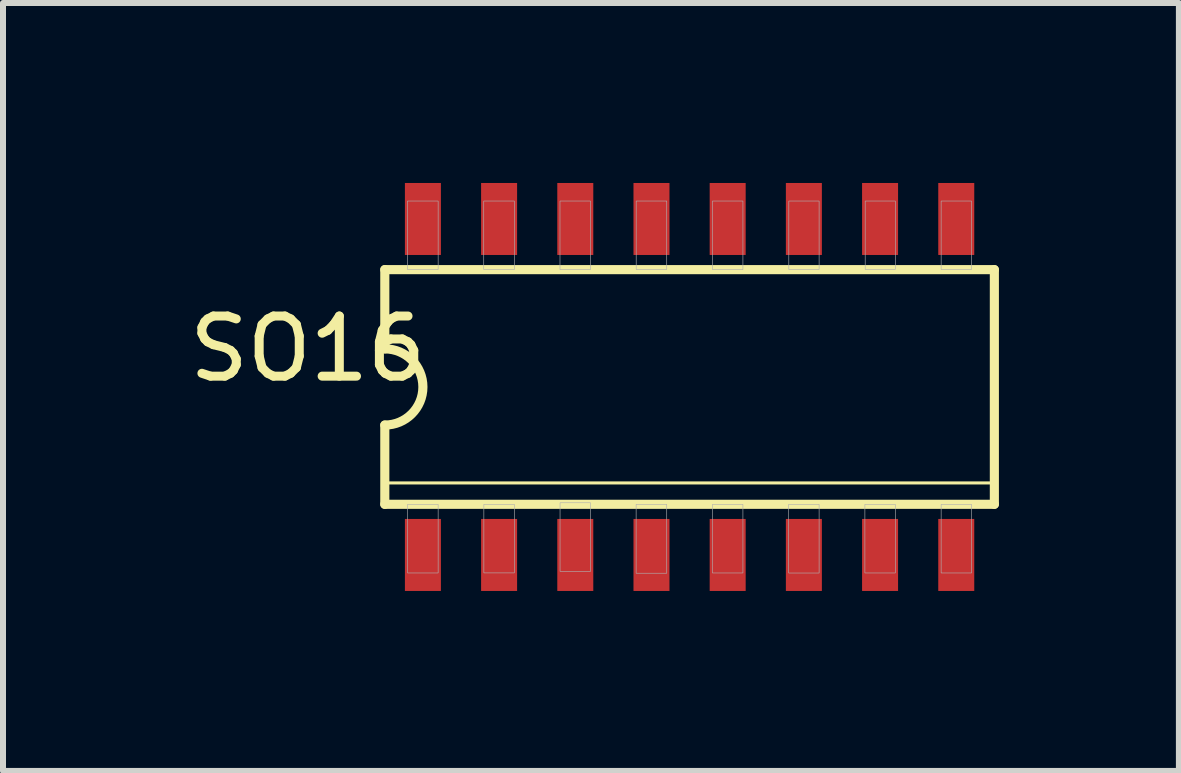
<source format=kicad_pcb>
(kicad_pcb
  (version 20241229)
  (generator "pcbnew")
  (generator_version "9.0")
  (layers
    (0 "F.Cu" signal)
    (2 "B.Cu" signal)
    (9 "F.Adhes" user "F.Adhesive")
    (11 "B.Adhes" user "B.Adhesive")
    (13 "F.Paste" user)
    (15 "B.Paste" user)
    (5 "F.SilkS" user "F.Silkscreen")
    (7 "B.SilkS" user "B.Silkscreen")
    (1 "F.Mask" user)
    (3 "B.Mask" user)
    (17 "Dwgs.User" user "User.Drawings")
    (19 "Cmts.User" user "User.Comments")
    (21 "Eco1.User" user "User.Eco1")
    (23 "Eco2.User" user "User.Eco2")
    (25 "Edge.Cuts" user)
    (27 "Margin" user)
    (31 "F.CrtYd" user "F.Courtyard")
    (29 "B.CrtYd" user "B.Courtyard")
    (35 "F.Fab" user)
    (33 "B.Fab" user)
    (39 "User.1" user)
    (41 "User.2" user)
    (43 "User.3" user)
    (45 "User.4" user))
  (footprint "SO16"
    (layer "F.Cu")
    (at 8.444 3.4)
    (property "Reference" "SO16" (at -6.363 -0.636 180) (layer "F.SilkS") (effects (font (size 1.002 1.002) (thickness 0.15))))
    (attr smd)
    (fp_line (start -5.08 -0.635) (end -5.08 -1.956) (stroke (width 0.152) (type solid)) (layer "F.SilkS"))
    (fp_line (start -5.08 1.6) (end 5.08 1.6) (stroke (width 0.051) (type solid)) (layer "F.SilkS"))
    (fp_line (start -5.08 1.956) (end -5.08 0.635) (stroke (width 0.152) (type solid)) (layer "F.SilkS"))
    (fp_line (start -5.08 1.956) (end 5.08 1.956) (stroke (width 0.152) (type solid)) (layer "F.SilkS"))
    (fp_line (start 5.08 -1.956) (end -5.08 -1.956) (stroke (width 0.152) (type solid)) (layer "F.SilkS"))
    (fp_line (start 5.08 1.956) (end 5.08 -1.956) (stroke (width 0.152) (type solid)) (layer "F.SilkS"))
    (fp_arc (start -5.08 -0.635) (mid -4.445 0) (end -5.08 0.635) (stroke (width 0.1524) (type solid)) (layer "F.SilkS"))
    (fp_poly (pts (xy -4.703 -3.099) (xy -4.191 -3.099) (xy -4.191 -1.958) (xy -4.703 -1.958)) (stroke (width 0.01) (type solid)) (fill no) (layer "F.Fab"))
    (fp_poly (pts (xy -4.7 1.956) (xy -4.191 1.956) (xy -4.191 3.1) (xy -4.7 3.1)) (stroke (width 0.01) (type solid)) (fill no) (layer "F.Fab"))
    (fp_poly (pts (xy -3.431 -3.099) (xy -2.921 -3.099) (xy -2.921 -1.957) (xy -3.431 -1.957)) (stroke (width 0.01) (type solid)) (fill no) (layer "F.Fab"))
    (fp_poly (pts (xy -3.429 1.956) (xy -2.921 1.956) (xy -2.921 3.099) (xy -3.429 3.099)) (stroke (width 0.01) (type solid)) (fill no) (layer "F.Fab"))
    (fp_poly (pts (xy -2.16 -3.099) (xy -1.651 -3.099) (xy -1.651 -1.957) (xy -2.16 -1.957)) (stroke (width 0.01) (type solid)) (fill no) (layer "F.Fab"))
    (fp_poly (pts (xy -2.159 1.93) (xy -1.651 1.93) (xy -1.651 3.074) (xy -2.159 3.074)) (stroke (width 0.01) (type solid)) (fill no) (layer "F.Fab"))
    (fp_poly (pts (xy -0.891 1.956) (xy -0.381 1.956) (xy -0.381 3.105) (xy -0.891 3.105)) (stroke (width 0.01) (type solid)) (fill no) (layer "F.Fab"))
    (fp_poly (pts (xy -0.89 -3.099) (xy -0.381 -3.099) (xy -0.381 -1.959) (xy -0.89 -1.959)) (stroke (width 0.01) (type solid)) (fill no) (layer "F.Fab"))
    (fp_poly (pts (xy 0.381 -3.099) (xy 0.889 -3.099) (xy 0.889 -1.956) (xy 0.381 -1.956)) (stroke (width 0.01) (type solid)) (fill no) (layer "F.Fab"))
    (fp_poly (pts (xy 0.381 1.956) (xy 0.889 1.956) (xy 0.889 3.1) (xy 0.381 3.1)) (stroke (width 0.01) (type solid)) (fill no) (layer "F.Fab"))
    (fp_poly (pts (xy 1.652 1.956) (xy 2.159 1.956) (xy 2.159 3.101) (xy 1.652 3.101)) (stroke (width 0.01) (type solid)) (fill no) (layer "F.Fab"))
    (fp_poly (pts (xy 1.654 -3.099) (xy 2.159 -3.099) (xy 2.159 -1.959) (xy 1.654 -1.959)) (stroke (width 0.01) (type solid)) (fill no) (layer "F.Fab"))
    (fp_poly (pts (xy 2.922 1.956) (xy 3.429 1.956) (xy 3.429 3.1) (xy 2.922 3.1)) (stroke (width 0.01) (type solid)) (fill no) (layer "F.Fab"))
    (fp_poly (pts (xy 2.927 -3.099) (xy 3.429 -3.099) (xy 3.429 -1.96) (xy 2.927 -1.96)) (stroke (width 0.01) (type solid)) (fill no) (layer "F.Fab"))
    (fp_poly (pts (xy 4.193 -3.099) (xy 4.699 -3.099) (xy 4.699 -1.957) (xy 4.193 -1.957)) (stroke (width 0.01) (type solid)) (fill no) (layer "F.Fab"))
    (fp_poly (pts (xy 4.193 1.956) (xy 4.699 1.956) (xy 4.699 3.1) (xy 4.193 3.1)) (stroke (width 0.01) (type solid)) (fill no) (layer "F.Fab"))
    (pad "1" smd rect (at -4.445 2.8) (size 0.6 1.2) (layers "F.Cu" "F.Mask" "F.Paste"))
    (pad "2" smd rect (at -3.175 2.8) (size 0.6 1.2) (layers "F.Cu" "F.Mask" "F.Paste"))
    (pad "3" smd rect (at -1.905 2.8) (size 0.6 1.2) (layers "F.Cu" "F.Mask" "F.Paste"))
    (pad "4" smd rect (at -0.635 2.8) (size 0.6 1.2) (layers "F.Cu" "F.Mask" "F.Paste"))
    (pad "5" smd rect (at 0.635 2.8) (size 0.6 1.2) (layers "F.Cu" "F.Mask" "F.Paste"))
    (pad "6" smd rect (at 1.905 2.8) (size 0.6 1.2) (layers "F.Cu" "F.Mask" "F.Paste"))
    (pad "7" smd rect (at 3.175 2.8) (size 0.6 1.2) (layers "F.Cu" "F.Mask" "F.Paste"))
    (pad "8" smd rect (at 4.445 2.8) (size 0.6 1.2) (layers "F.Cu" "F.Mask" "F.Paste"))
    (pad "9" smd rect (at 4.445 -2.8) (size 0.6 1.2) (layers "F.Cu" "F.Mask" "F.Paste"))
    (pad "10" smd rect (at 3.175 -2.8) (size 0.6 1.2) (layers "F.Cu" "F.Mask" "F.Paste"))
    (pad "11" smd rect (at 1.905 -2.8) (size 0.6 1.2) (layers "F.Cu" "F.Mask" "F.Paste"))
    (pad "12" smd rect (at 0.635 -2.8) (size 0.6 1.2) (layers "F.Cu" "F.Mask" "F.Paste"))
    (pad "13" smd rect (at -0.635 -2.8) (size 0.6 1.2) (layers "F.Cu" "F.Mask" "F.Paste"))
    (pad "14" smd rect (at -1.905 -2.8) (size 0.6 1.2) (layers "F.Cu" "F.Mask" "F.Paste"))
    (pad "15" smd rect (at -3.175 -2.8) (size 0.6 1.2) (layers "F.Cu" "F.Mask" "F.Paste"))
    (pad "16" smd rect (at -4.445 -2.8) (size 0.6 1.2) (layers "F.Cu" "F.Mask" "F.Paste")))
  (gr_rect
    (start -3 -3)
    (end 16.6 9.8)
    (stroke (width 0.1) (type default))
    (fill no)
    (layer "Edge.Cuts")))
</source>
